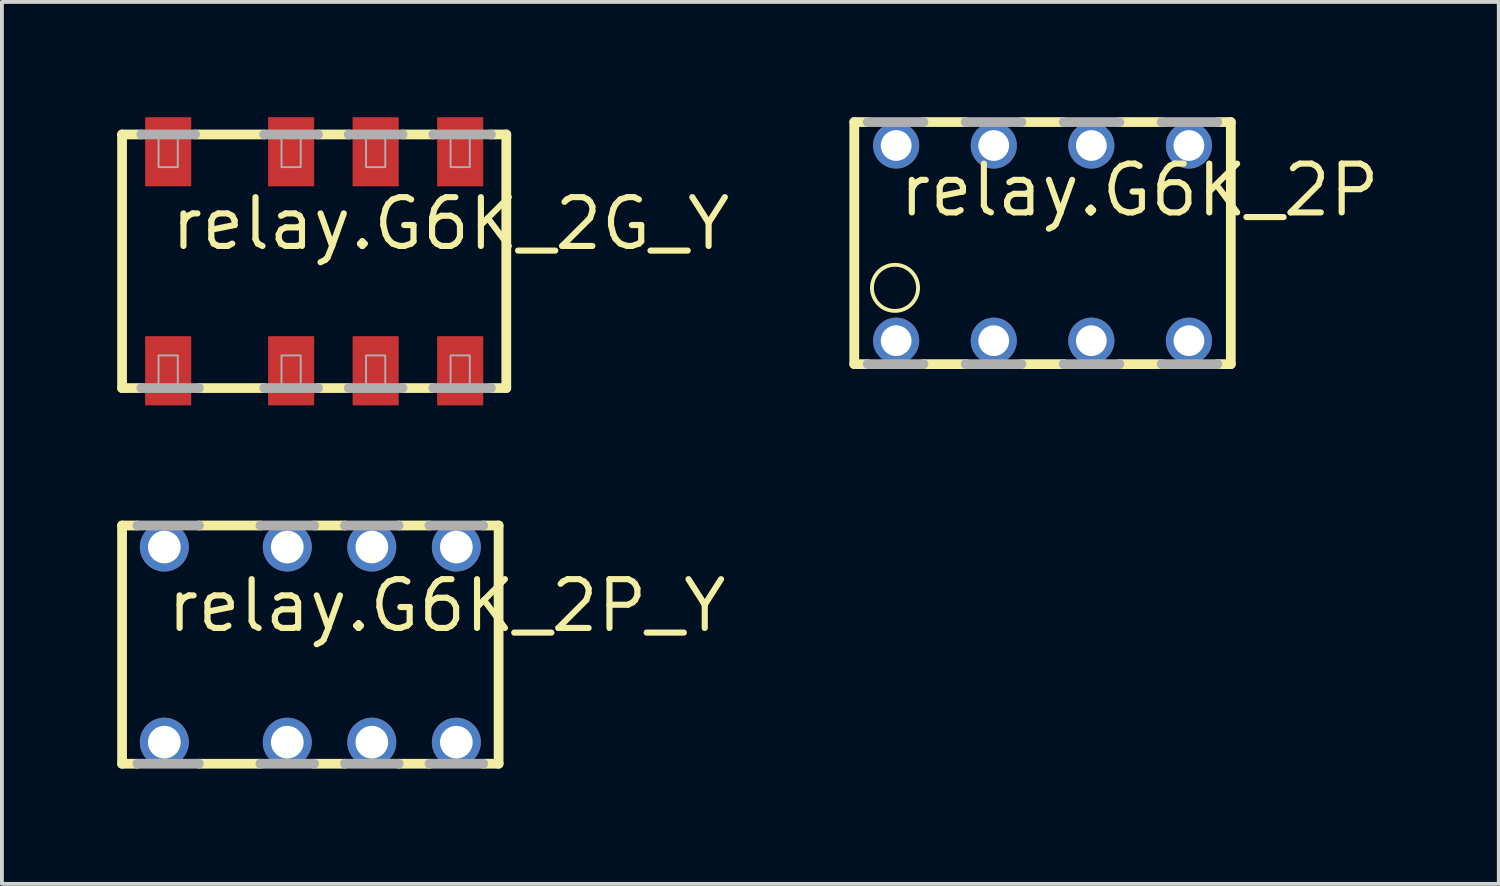
<source format=kicad_pcb>
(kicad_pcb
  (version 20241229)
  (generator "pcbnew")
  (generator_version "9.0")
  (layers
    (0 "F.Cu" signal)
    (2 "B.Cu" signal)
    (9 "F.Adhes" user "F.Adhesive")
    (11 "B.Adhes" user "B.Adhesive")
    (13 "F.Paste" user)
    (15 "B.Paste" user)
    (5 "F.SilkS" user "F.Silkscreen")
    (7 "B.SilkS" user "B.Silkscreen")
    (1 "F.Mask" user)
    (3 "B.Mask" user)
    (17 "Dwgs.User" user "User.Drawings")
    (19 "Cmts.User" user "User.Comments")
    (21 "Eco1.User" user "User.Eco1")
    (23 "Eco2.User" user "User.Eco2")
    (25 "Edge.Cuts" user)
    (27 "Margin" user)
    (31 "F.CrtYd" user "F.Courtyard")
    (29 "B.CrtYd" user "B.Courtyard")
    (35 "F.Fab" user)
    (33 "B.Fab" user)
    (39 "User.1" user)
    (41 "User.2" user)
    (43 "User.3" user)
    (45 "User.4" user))
  (footprint "relay.G6K_2P"
    (layer "F.Cu")
    (at 22.814 3.277)
    (property "Reference" "relay.G6K_2P" (at -2.54 -0.635 0) (layer "F.SilkS") (effects (font (size 1.27 1.27) (thickness 0.16)) (justify left bottom)))
    (attr through_hole)
    (fp_line (start -3.63 -3.15) (end -3.63 3.15) (stroke (width 0.254) (type default)) (layer "F.SilkS"))
    (fp_line (start -3.63 -3.15) (end -3.28 -3.15) (stroke (width 0.254) (type default)) (layer "F.SilkS"))
    (fp_line (start -3.63 3.15) (end -3.28 3.15) (stroke (width 0.254) (type default)) (layer "F.SilkS"))
    (fp_line (start -1.83 -3.15) (end -0.73 -3.15) (stroke (width 0.254) (type default)) (layer "F.SilkS"))
    (fp_line (start -1.83 3.15) (end -0.73 3.15) (stroke (width 0.254) (type default)) (layer "F.SilkS"))
    (fp_line (start 0.72 -3.15) (end 1.82 -3.15) (stroke (width 0.254) (type default)) (layer "F.SilkS"))
    (fp_line (start 0.72 3.15) (end 1.82 3.15) (stroke (width 0.254) (type default)) (layer "F.SilkS"))
    (fp_line (start 3.27 -3.15) (end 4.37 -3.15) (stroke (width 0.254) (type default)) (layer "F.SilkS"))
    (fp_line (start 3.27 3.15) (end 4.37 3.15) (stroke (width 0.254) (type default)) (layer "F.SilkS"))
    (fp_line (start 6.17 -3.15) (end 5.82 -3.15) (stroke (width 0.254) (type default)) (layer "F.SilkS"))
    (fp_line (start 6.17 3.15) (end 5.82 3.15) (stroke (width 0.254) (type default)) (layer "F.SilkS"))
    (fp_line (start 6.17 3.15) (end 6.17 -3.15) (stroke (width 0.254) (type default)) (layer "F.SilkS"))
    (fp_circle (center -2.57 1.165) (end -1.97 1.165) (stroke (width 0.1) (type default)) (fill no) (layer "F.SilkS"))
    (fp_line (start -3.28 -3.15) (end -1.83 -3.15) (stroke (width 0.254) (type default)) (layer "F.Fab"))
    (fp_line (start -3.28 3.15) (end -1.83 3.15) (stroke (width 0.254) (type default)) (layer "F.Fab"))
    (fp_line (start -0.73 -3.15) (end 0.72 -3.15) (stroke (width 0.254) (type default)) (layer "F.Fab"))
    (fp_line (start -0.73 3.15) (end 0.72 3.15) (stroke (width 0.254) (type default)) (layer "F.Fab"))
    (fp_line (start 1.82 -3.15) (end 3.27 -3.15) (stroke (width 0.254) (type default)) (layer "F.Fab"))
    (fp_line (start 1.82 3.15) (end 3.27 3.15) (stroke (width 0.254) (type default)) (layer "F.Fab"))
    (fp_line (start 4.37 -3.15) (end 5.82 -3.15) (stroke (width 0.254) (type default)) (layer "F.Fab"))
    (fp_line (start 4.37 3.15) (end 5.82 3.15) (stroke (width 0.254) (type default)) (layer "F.Fab"))
    (pad "1" thru_hole circle (at -2.54 2.54) (size 1.2 1.2) (drill 0.8) (layers "*.Cu" "*.Mask"))
    (pad "2" thru_hole circle (at 0 2.54) (size 1.2 1.2) (drill 0.8) (layers "*.Cu" "*.Mask"))
    (pad "3" thru_hole circle (at 2.54 2.54) (size 1.2 1.2) (drill 0.8) (layers "*.Cu" "*.Mask"))
    (pad "4" thru_hole circle (at 5.08 2.54) (size 1.2 1.2) (drill 0.8) (layers "*.Cu" "*.Mask"))
    (pad "5" thru_hole circle (at 5.08 -2.54) (size 1.2 1.2) (drill 0.8) (layers "*.Cu" "*.Mask"))
    (pad "6" thru_hole circle (at 2.54 -2.54) (size 1.2 1.2) (drill 0.8) (layers "*.Cu" "*.Mask"))
    (pad "7" thru_hole circle (at 0 -2.54) (size 1.2 1.2) (drill 0.8) (layers "*.Cu" "*.Mask"))
    (pad "8" thru_hole circle (at -2.54 -2.54) (size 1.2 1.2) (drill 0.8) (layers "*.Cu" "*.Mask")))
  (footprint "relay.G6K_2P_Y"
    (layer "F.Cu")
    (at 1.227 13.727)
    (property "Reference" "relay.G6K_2P_Y" (at -0.01 -0.27 0) (layer "F.SilkS") (effects (font (size 1.27 1.27) (thickness 0.16)) (justify left bottom)))
    (attr through_hole)
    (fp_line (start -1.1 3.1) (end -1.1 -3.1) (stroke (width 0.254) (type default)) (layer "F.SilkS"))
    (fp_line (start -0.7 -3.1) (end -1.1 -3.1) (stroke (width 0.254) (type default)) (layer "F.SilkS"))
    (fp_line (start -0.7 3.1) (end -1.1 3.1) (stroke (width 0.254) (type default)) (layer "F.SilkS"))
    (fp_line (start 0.9 -3.1) (end 2.5 -3.1) (stroke (width 0.254) (type default)) (layer "F.SilkS"))
    (fp_line (start 2.5 3.1) (end 0.9 3.1) (stroke (width 0.254) (type default)) (layer "F.SilkS"))
    (fp_line (start 4.7 -3.1) (end 3.9 -3.1) (stroke (width 0.254) (type default)) (layer "F.SilkS"))
    (fp_line (start 4.7 3.1) (end 3.9 3.1) (stroke (width 0.254) (type default)) (layer "F.SilkS"))
    (fp_line (start 6.9 -3.1) (end 6.1 -3.1) (stroke (width 0.254) (type default)) (layer "F.SilkS"))
    (fp_line (start 6.9 3.1) (end 6.1 3.1) (stroke (width 0.254) (type default)) (layer "F.SilkS"))
    (fp_line (start 8.7 -3.1) (end 8.3 -3.1) (stroke (width 0.254) (type default)) (layer "F.SilkS"))
    (fp_line (start 8.7 -3.1) (end 8.7 3.1) (stroke (width 0.254) (type default)) (layer "F.SilkS"))
    (fp_line (start 8.7 3.1) (end 8.3 3.1) (stroke (width 0.254) (type default)) (layer "F.SilkS"))
    (fp_line (start -0.7 -3.1) (end 0.9 -3.1) (stroke (width 0.254) (type default)) (layer "F.Fab"))
    (fp_line (start 0.9 3.1) (end -0.7 3.1) (stroke (width 0.254) (type default)) (layer "F.Fab"))
    (fp_line (start 2.5 -3.1) (end 3.9 -3.1) (stroke (width 0.254) (type default)) (layer "F.Fab"))
    (fp_line (start 3.9 3.1) (end 2.5 3.1) (stroke (width 0.254) (type default)) (layer "F.Fab"))
    (fp_line (start 4.7 -3.1) (end 6.1 -3.1) (stroke (width 0.254) (type default)) (layer "F.Fab"))
    (fp_line (start 6.1 3.1) (end 4.7 3.1) (stroke (width 0.254) (type default)) (layer "F.Fab"))
    (fp_line (start 6.9 -3.1) (end 8.3 -3.1) (stroke (width 0.254) (type default)) (layer "F.Fab"))
    (fp_line (start 8.3 3.1) (end 6.9 3.1) (stroke (width 0.254) (type default)) (layer "F.Fab"))
    (pad "1" thru_hole circle (at 0 2.54) (size 1.275 1.275) (drill 0.85) (layers "*.Cu" "*.Mask"))
    (pad "2" thru_hole circle (at 3.2 2.54) (size 1.275 1.275) (drill 0.85) (layers "*.Cu" "*.Mask"))
    (pad "3" thru_hole circle (at 5.4 2.54) (size 1.275 1.275) (drill 0.85) (layers "*.Cu" "*.Mask"))
    (pad "4" thru_hole circle (at 7.6 2.54) (size 1.275 1.275) (drill 0.85) (layers "*.Cu" "*.Mask"))
    (pad "5" thru_hole circle (at 7.6 -2.54) (size 1.275 1.275) (drill 0.85) (layers "*.Cu" "*.Mask"))
    (pad "6" thru_hole circle (at 5.4 -2.54) (size 1.275 1.275) (drill 0.85) (layers "*.Cu" "*.Mask"))
    (pad "7" thru_hole circle (at 3.2 -2.54) (size 1.275 1.275) (drill 0.85) (layers "*.Cu" "*.Mask"))
    (pad "8" thru_hole circle (at 0 -2.54) (size 1.275 1.275) (drill 0.85) (layers "*.Cu" "*.Mask")))
  (footprint "relay.G6K_2G_Y"
    (layer "F.Cu")
    (at 5.127 3.75)
    (property "Reference" "relay.G6K_2G_Y" (at -3.81 -0.235 0) (layer "F.SilkS") (effects (font (size 1.27 1.27) (thickness 0.16)) (justify left bottom)))
    (attr smd)
    (fp_line (start -5 -3.3) (end -4.5 -3.3) (stroke (width 0.254) (type default)) (layer "F.SilkS"))
    (fp_line (start -5 3.3) (end -5 -3.3) (stroke (width 0.254) (type default)) (layer "F.SilkS"))
    (fp_line (start -5 3.3) (end -4.5 3.3) (stroke (width 0.254) (type default)) (layer "F.SilkS"))
    (fp_line (start -3.1 -3.3) (end -1.3 -3.3) (stroke (width 0.254) (type default)) (layer "F.SilkS"))
    (fp_line (start -1.3 3.3) (end -3 3.3) (stroke (width 0.254) (type default)) (layer "F.SilkS"))
    (fp_line (start 0.1 -3.3) (end 0.9 -3.3) (stroke (width 0.254) (type default)) (layer "F.SilkS"))
    (fp_line (start 0.9 3.3) (end 0.1 3.3) (stroke (width 0.254) (type default)) (layer "F.SilkS"))
    (fp_line (start 2.3 -3.3) (end 3.1 -3.3) (stroke (width 0.254) (type default)) (layer "F.SilkS"))
    (fp_line (start 3.1 3.3) (end 2.3 3.3) (stroke (width 0.254) (type default)) (layer "F.SilkS"))
    (fp_line (start 5 -3.3) (end 4.6 -3.3) (stroke (width 0.254) (type default)) (layer "F.SilkS"))
    (fp_line (start 5 -3.3) (end 5 3.3) (stroke (width 0.254) (type default)) (layer "F.SilkS"))
    (fp_line (start 5 3.3) (end 4.6 3.3) (stroke (width 0.254) (type default)) (layer "F.SilkS"))
    (fp_line (start -4.5 -3.3) (end -3.1 -3.3) (stroke (width 0.254) (type default)) (layer "F.Fab"))
    (fp_line (start -3 3.3) (end -4.5 3.3) (stroke (width 0.254) (type default)) (layer "F.Fab"))
    (fp_line (start -1.3 -3.3) (end 0.1 -3.3) (stroke (width 0.254) (type default)) (layer "F.Fab"))
    (fp_line (start 0.1 3.3) (end -1.3 3.3) (stroke (width 0.254) (type default)) (layer "F.Fab"))
    (fp_line (start 0.9 -3.3) (end 2.3 -3.3) (stroke (width 0.254) (type default)) (layer "F.Fab"))
    (fp_line (start 2.3 3.3) (end 0.9 3.3) (stroke (width 0.254) (type default)) (layer "F.Fab"))
    (fp_line (start 3.1 -3.3) (end 4.6 -3.3) (stroke (width 0.254) (type default)) (layer "F.Fab"))
    (fp_line (start 4.6 3.3) (end 3.1 3.3) (stroke (width 0.254) (type default)) (layer "F.Fab"))
    (fp_rect (start -4.05 -2.45) (end -3.55 -3.25) (stroke (width 0.05) (type default)) (fill no) (layer "F.Fab"))
    (fp_rect (start -4.05 3.25) (end -3.55 2.45) (stroke (width 0.05) (type default)) (fill no) (layer "F.Fab"))
    (fp_rect (start -0.85 -2.45) (end -0.35 -3.25) (stroke (width 0.05) (type default)) (fill no) (layer "F.Fab"))
    (fp_rect (start -0.85 3.25) (end -0.35 2.45) (stroke (width 0.05) (type default)) (fill no) (layer "F.Fab"))
    (fp_rect (start 1.35 -2.45) (end 1.85 -3.25) (stroke (width 0.05) (type default)) (fill no) (layer "F.Fab"))
    (fp_rect (start 1.35 3.25) (end 1.85 2.45) (stroke (width 0.05) (type default)) (fill no) (layer "F.Fab"))
    (fp_rect (start 3.55 -2.45) (end 4.05 -3.25) (stroke (width 0.05) (type default)) (fill no) (layer "F.Fab"))
    (fp_rect (start 3.55 3.25) (end 4.05 2.45) (stroke (width 0.05) (type default)) (fill no) (layer "F.Fab"))
    (pad "1" smd roundrect (at -3.8 2.85) (size 1.2 1.8) (layers "F.Cu" "F.Mask" "F.Paste") (roundrect_rratio 0.01))
    (pad "2" smd roundrect (at -0.6 2.85) (size 1.2 1.8) (layers "F.Cu" "F.Mask" "F.Paste") (roundrect_rratio 0.01))
    (pad "3" smd roundrect (at 1.6 2.85) (size 1.2 1.8) (layers "F.Cu" "F.Mask" "F.Paste") (roundrect_rratio 0.01))
    (pad "4" smd roundrect (at 3.8 2.85) (size 1.2 1.8) (layers "F.Cu" "F.Mask" "F.Paste") (roundrect_rratio 0.01))
    (pad "5" smd roundrect (at 3.8 -2.85) (size 1.2 1.8) (layers "F.Cu" "F.Mask" "F.Paste") (roundrect_rratio 0.01))
    (pad "6" smd roundrect (at 1.6 -2.85) (size 1.2 1.8) (layers "F.Cu" "F.Mask" "F.Paste") (roundrect_rratio 0.01))
    (pad "7" smd roundrect (at -0.6 -2.85) (size 1.2 1.8) (layers "F.Cu" "F.Mask" "F.Paste") (roundrect_rratio 0.01))
    (pad "8" smd roundrect (at -3.8 -2.85) (size 1.2 1.8) (layers "F.Cu" "F.Mask" "F.Paste") (roundrect_rratio 0.01)))
  (gr_rect
    (start -3 -3)
    (end 35.958 19.954)
    (stroke (width 0.1) (type default))
    (fill no)
    (layer "Edge.Cuts")))
</source>
